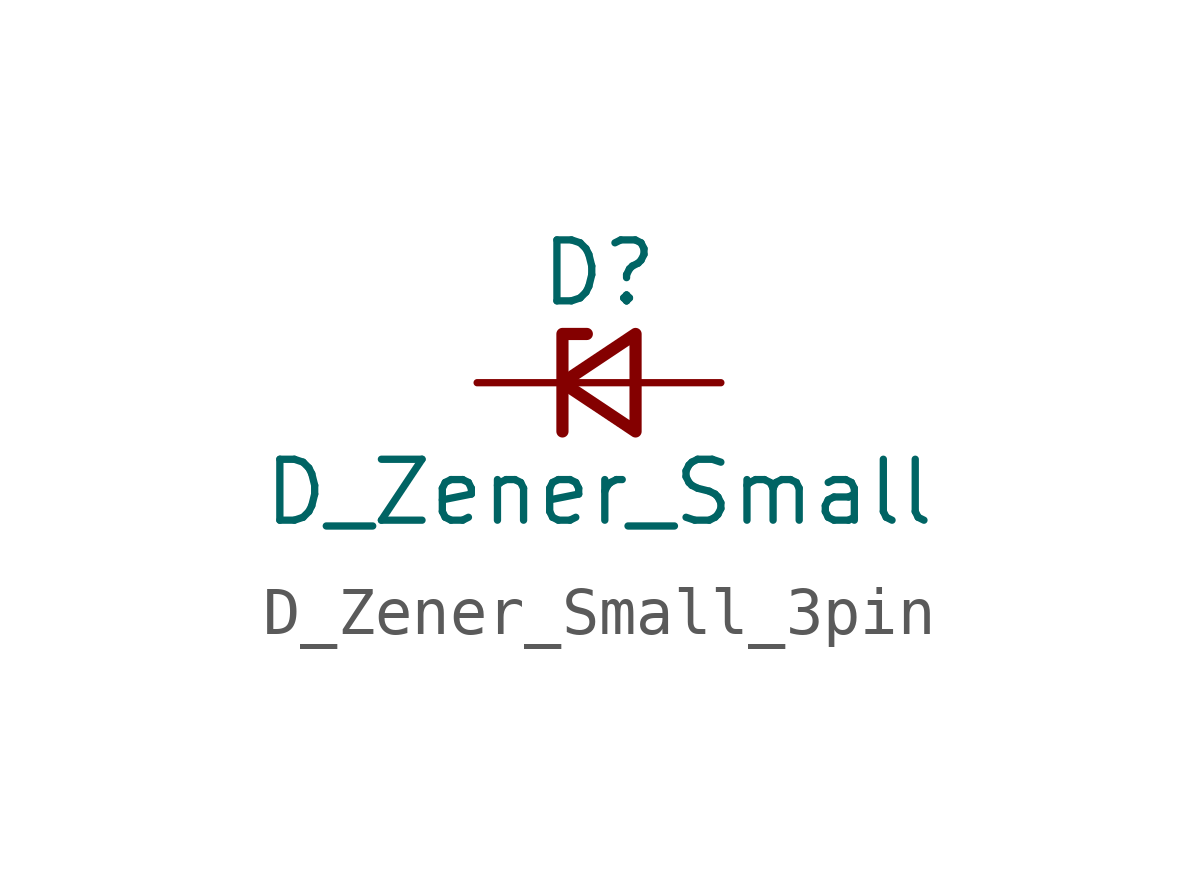
<source format=kicad_sym>
(kicad_symbol_lib
  (version 20220914)
  (generator kicad_symbol_editor)
  (symbol "D_Zener_Small_3pin"
    (pin_numbers hide)
    (pin_names
      (offset 0.254) hide)
    (property "Reference" "D"
      (at 0 2.286 0)
      (effects (font (size 1.27 1.27))))
    (property "Value" "D_Zener_Small"
      (at 0 -2.286 0)
      (effects (font (size 1.27 1.27))))
    (symbol "D_Zener_Small_3pin_0_1"
      (polyline (pts (xy 0.762 0) (xy -0.762 0)) (stroke (width 0) (type default)) (fill (type none)))
      (polyline (pts (xy -0.254 1.016) (xy -0.762 1.016) (xy -0.762 -1.016)) (stroke (width 0.254) (type default)) (fill (type none)))
      (polyline (pts (xy 0.762 1.016) (xy -0.762 0) (xy 0.762 -1.016) (xy 0.762 1.016)) (stroke (width 0.254) (type default)) (fill (type none))))
    (symbol "D_Zener_Small_3pin_1_1"
      (pin passive line (at 2.54 0 180) (length 1.778) (name "A" (effects (font (size 1.27 1.27)))) (number "1" (effects (font (size 1.27 1.27)))))
      (pin passive line (at 0 1.27 180) (length 0) hide (name "NC" (effects (font (size 1.27 1.27)))) (number "2" (effects (font (size 1.27 1.27)))))
      (pin passive line (at -2.54 0 0) (length 1.778) (name "K" (effects (font (size 1.27 1.27)))) (number "3" (effects (font (size 1.27 1.27))))))))
</source>
